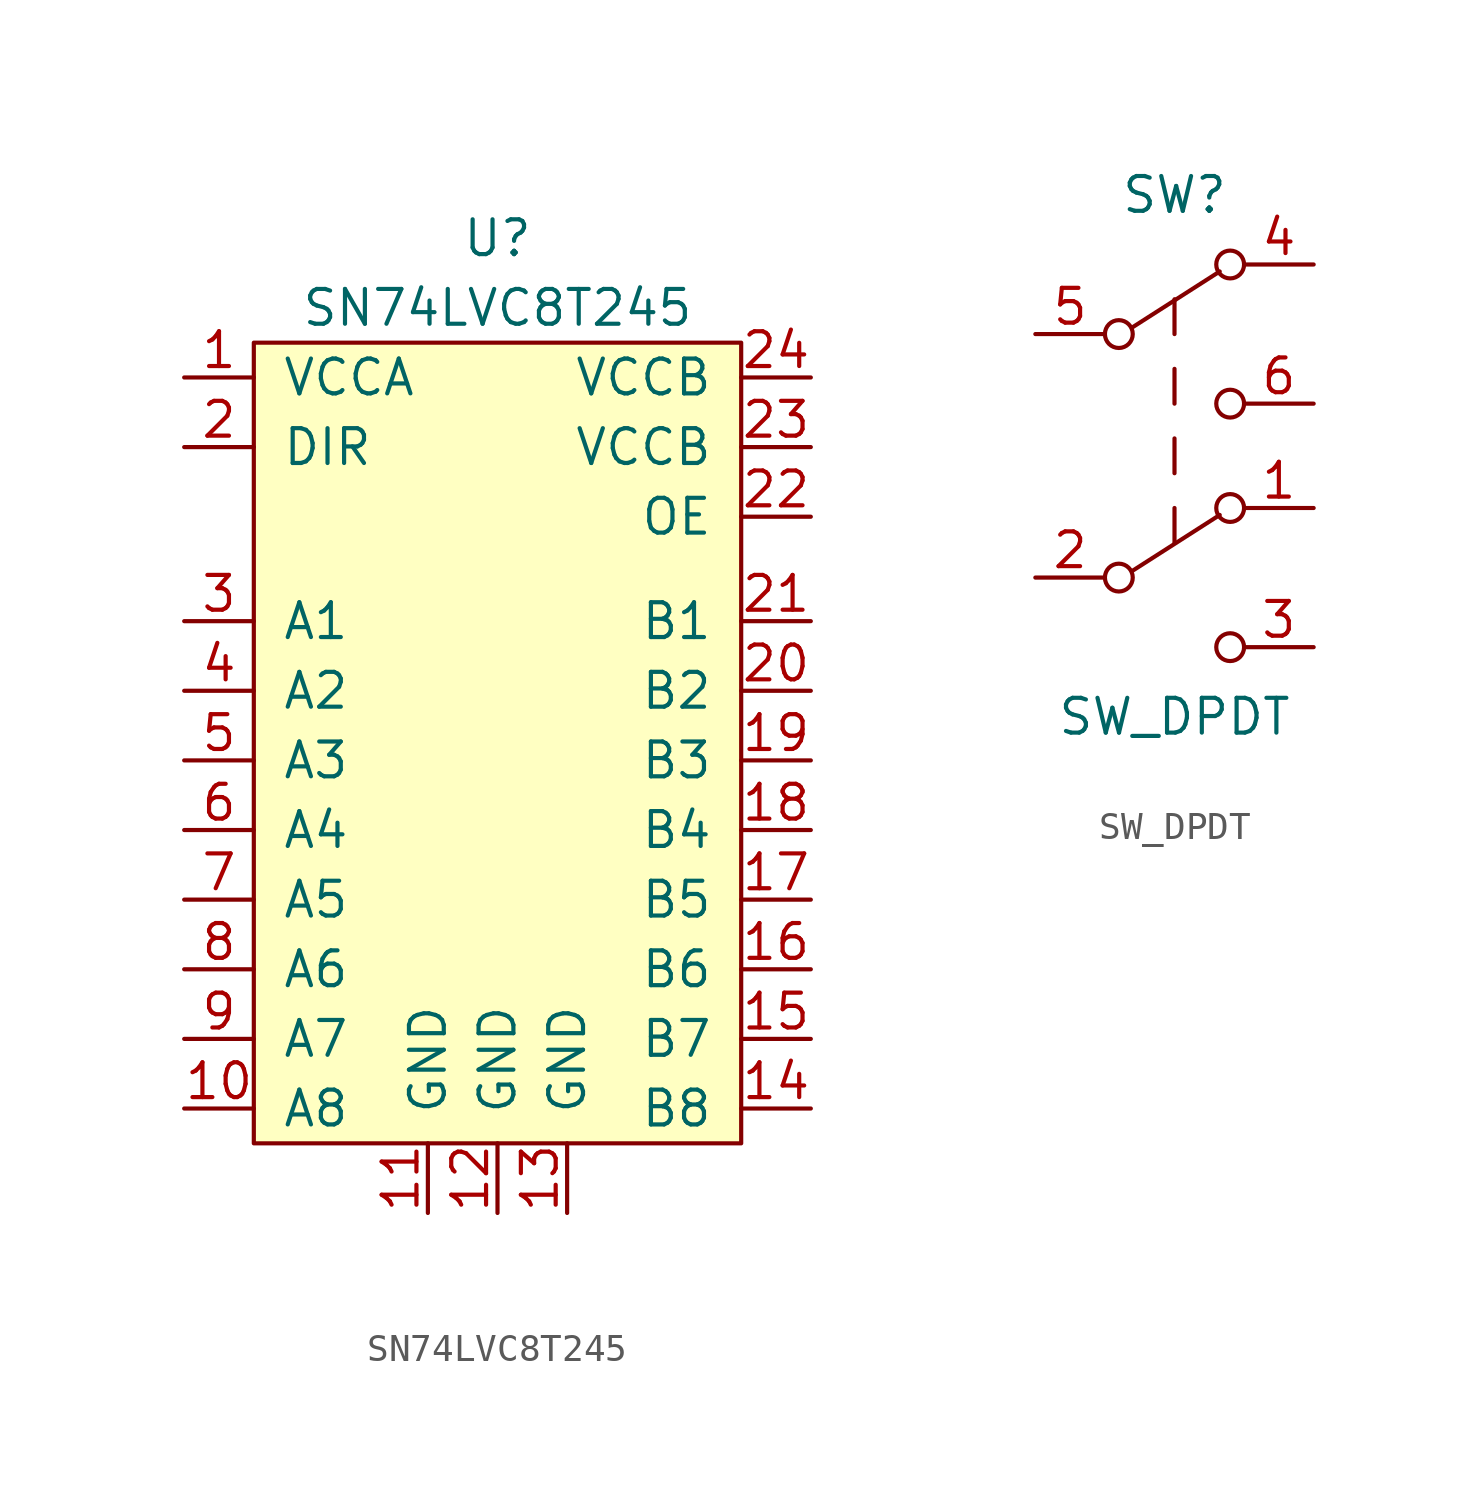
<source format=kicad_sym>
(kicad_symbol_lib
  (version 20211014)
  (generator kicad_symbol_editor)
  (symbol "SN74LVC8T245"
    (pin_names
      (offset 1.016))
    (property "Reference" "U"
      (at 0 21.59 0)
      (effects (font (size 1.27 1.27))))
    (property "Value" "SN74LVC8T245"
      (at 0 19.05 0)
      (effects (font (size 1.27 1.27))))
    (symbol "SN74LVC8T245_0_1"
      (rectangle (start -8.89 17.78) (end 8.89 -11.43) (stroke (width 0) (type default) (color 0 0 0 0)) (fill (type background))))
    (symbol "SN74LVC8T245_1_1"
      (pin power_in line (at -11.43 16.51 0) (length 2.54) (name "VCCA" (effects (font (size 1.27 1.27)))) (number "1" (effects (font (size 1.27 1.27)))))
      (pin bidirectional line (at -11.43 -10.16 0) (length 2.54) (name "A8" (effects (font (size 1.27 1.27)))) (number "10" (effects (font (size 1.27 1.27)))))
      (pin power_in line (at -2.54 -13.97 90) (length 2.54) (name "GND" (effects (font (size 1.27 1.27)))) (number "11" (effects (font (size 1.27 1.27)))))
      (pin power_in line (at 0 -13.97 90) (length 2.54) (name "GND" (effects (font (size 1.27 1.27)))) (number "12" (effects (font (size 1.27 1.27)))))
      (pin power_in line (at 2.54 -13.97 90) (length 2.54) (name "GND" (effects (font (size 1.27 1.27)))) (number "13" (effects (font (size 1.27 1.27)))))
      (pin bidirectional line (at 11.43 -10.16 180) (length 2.54) (name "B8" (effects (font (size 1.27 1.27)))) (number "14" (effects (font (size 1.27 1.27)))))
      (pin bidirectional line (at 11.43 -7.62 180) (length 2.54) (name "B7" (effects (font (size 1.27 1.27)))) (number "15" (effects (font (size 1.27 1.27)))))
      (pin bidirectional line (at 11.43 -5.08 180) (length 2.54) (name "B6" (effects (font (size 1.27 1.27)))) (number "16" (effects (font (size 1.27 1.27)))))
      (pin bidirectional line (at 11.43 -2.54 180) (length 2.54) (name "B5" (effects (font (size 1.27 1.27)))) (number "17" (effects (font (size 1.27 1.27)))))
      (pin bidirectional line (at 11.43 0 180) (length 2.54) (name "B4" (effects (font (size 1.27 1.27)))) (number "18" (effects (font (size 1.27 1.27)))))
      (pin bidirectional line (at 11.43 2.54 180) (length 2.54) (name "B3" (effects (font (size 1.27 1.27)))) (number "19" (effects (font (size 1.27 1.27)))))
      (pin input line (at -11.43 13.97 0) (length 2.54) (name "DIR" (effects (font (size 1.27 1.27)))) (number "2" (effects (font (size 1.27 1.27)))))
      (pin bidirectional line (at 11.43 5.08 180) (length 2.54) (name "B2" (effects (font (size 1.27 1.27)))) (number "20" (effects (font (size 1.27 1.27)))))
      (pin bidirectional line (at 11.43 7.62 180) (length 2.54) (name "B1" (effects (font (size 1.27 1.27)))) (number "21" (effects (font (size 1.27 1.27)))))
      (pin input line (at 11.43 11.43 180) (length 2.54) (name "OE" (effects (font (size 1.27 1.27)))) (number "22" (effects (font (size 1.27 1.27)))))
      (pin power_in line (at 11.43 13.97 180) (length 2.54) (name "VCCB" (effects (font (size 1.27 1.27)))) (number "23" (effects (font (size 1.27 1.27)))))
      (pin power_in line (at 11.43 16.51 180) (length 2.54) (name "VCCB" (effects (font (size 1.27 1.27)))) (number "24" (effects (font (size 1.27 1.27)))))
      (pin bidirectional line (at -11.43 7.62 0) (length 2.54) (name "A1" (effects (font (size 1.27 1.27)))) (number "3" (effects (font (size 1.27 1.27)))))
      (pin bidirectional line (at -11.43 5.08 0) (length 2.54) (name "A2" (effects (font (size 1.27 1.27)))) (number "4" (effects (font (size 1.27 1.27)))))
      (pin bidirectional line (at -11.43 2.54 0) (length 2.54) (name "A3" (effects (font (size 1.27 1.27)))) (number "5" (effects (font (size 1.27 1.27)))))
      (pin bidirectional line (at -11.43 0 0) (length 2.54) (name "A4" (effects (font (size 1.27 1.27)))) (number "6" (effects (font (size 1.27 1.27)))))
      (pin bidirectional line (at -11.43 -2.54 0) (length 2.54) (name "A5" (effects (font (size 1.27 1.27)))) (number "7" (effects (font (size 1.27 1.27)))))
      (pin bidirectional line (at -11.43 -5.08 0) (length 2.54) (name "A6" (effects (font (size 1.27 1.27)))) (number "8" (effects (font (size 1.27 1.27)))))
      (pin bidirectional line (at -11.43 -7.62 0) (length 2.54) (name "A7" (effects (font (size 1.27 1.27)))) (number "9" (effects (font (size 1.27 1.27)))))))
  (symbol "SW_DPDT"
    (pin_names
      (offset 0) hide)
    (property "Reference" "SW"
      (at 0 13.97 0)
      (effects (font (size 1.27 1.27))))
    (property "Value" "SW_DPDT"
      (at 0 -5.08 0)
      (effects (font (size 1.27 1.27))))
    (symbol "SW_DPDT_0_0"
      (circle (center -2.032 0) (radius 0.508) (stroke (width 0) (type default) (color 0 0 0 0)) (fill (type none)))
      (circle (center 2.032 -2.54) (radius 0.508) (stroke (width 0) (type default) (color 0 0 0 0)) (fill (type none))))
    (symbol "SW_DPDT_0_1"
      (polyline (pts (xy -1.524 0.254) (xy 1.651 2.286)) (stroke (width 0) (type default) (color 0 0 0 0)) (fill (type none)))
      (polyline (pts (xy 0 1.27) (xy 0 2.54)) (stroke (width 0) (type default) (color 0 0 0 0)) (fill (type none)))
      (polyline (pts (xy 0 3.81) (xy 0 5.08)) (stroke (width 0) (type default) (color 0 0 0 0)) (fill (type none)))
      (polyline (pts (xy 0 6.35) (xy 0 7.62)) (stroke (width 0) (type default) (color 0 0 0 0)) (fill (type none)))
      (polyline (pts (xy 0 8.89) (xy 0 10.16)) (stroke (width 0) (type default) (color 0 0 0 0)) (fill (type none)))
      (circle (center 2.032 2.54) (radius 0.508) (stroke (width 0) (type default) (color 0 0 0 0)) (fill (type none))))
    (symbol "SW_DPDT_1_1"
      (circle (center -2.032 8.89) (radius 0.508) (stroke (width 0) (type default) (color 0 0 0 0)) (fill (type none)))
      (polyline (pts (xy -1.524 9.144) (xy 1.651 11.176)) (stroke (width 0) (type default) (color 0 0 0 0)) (fill (type none)))
      (circle (center 2.032 6.35) (radius 0.508) (stroke (width 0) (type default) (color 0 0 0 0)) (fill (type none)))
      (circle (center 2.032 11.43) (radius 0.508) (stroke (width 0) (type default) (color 0 0 0 0)) (fill (type none)))
      (pin passive line (at 5.08 2.54 180) (length 2.54) (name "1" (effects (font (size 1.27 1.27)))) (number "1" (effects (font (size 1.27 1.27)))))
      (pin passive line (at -5.08 0 0) (length 2.54) (name "2" (effects (font (size 1.27 1.27)))) (number "2" (effects (font (size 1.27 1.27)))))
      (pin passive line (at 5.08 -2.54 180) (length 2.54) (name "3" (effects (font (size 1.27 1.27)))) (number "3" (effects (font (size 1.27 1.27)))))
      (pin passive line (at 5.08 11.43 180) (length 2.54) (name "4" (effects (font (size 1.27 1.27)))) (number "4" (effects (font (size 1.27 1.27)))))
      (pin passive line (at -5.08 8.89 0) (length 2.54) (name "5" (effects (font (size 1.27 1.27)))) (number "5" (effects (font (size 1.27 1.27)))))
      (pin passive line (at 5.08 6.35 180) (length 2.54) (name "6" (effects (font (size 1.27 1.27)))) (number "6" (effects (font (size 1.27 1.27))))))))
</source>
